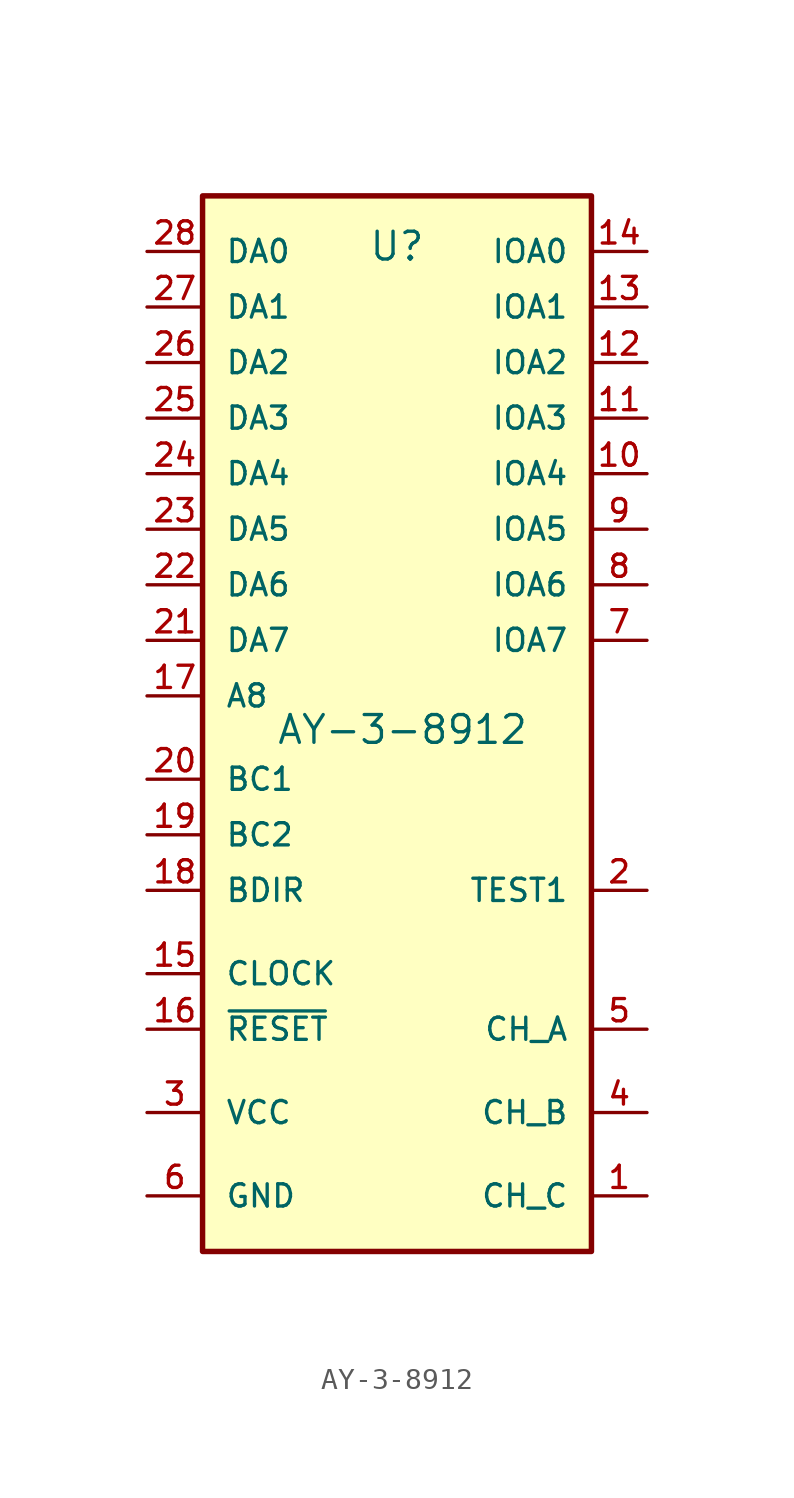
<source format=kicad_sym>
(kicad_symbol_lib
  (version 20241209)
  (generator "kicad_symbol_editor")
  (generator_version "9.0")
  (symbol "AY-3-8912"
    (pin_names
      (offset 1.016))
    (property "Reference" "U"
      (at 0 21.082 0)
      (effects (font (size 1.27 1.27)) (justify bottom)))
    (property "Value" "AY-3-8912"
      (at 0.254 -1.016 0)
      (effects (font (size 1.27 1.27)) (justify bottom)))
    (symbol "AY-3-8912_0_0"
      (rectangle (start -8.89 24.13) (end 8.89 -24.13) (stroke (width 0.25) (type default)) (fill (type background)))
      (pin bidirectional line (at -11.43 21.59 0) (length 2.54) (name "DA0" (effects (font (size 1.016 1.016)))) (number "28" (effects (font (size 1.016 1.016)))))
      (pin bidirectional line (at -11.43 19.05 0) (length 2.54) (name "DA1" (effects (font (size 1.016 1.016)))) (number "27" (effects (font (size 1.016 1.016)))))
      (pin bidirectional line (at -11.43 16.51 0) (length 2.54) (name "DA2" (effects (font (size 1.016 1.016)))) (number "26" (effects (font (size 1.016 1.016)))))
      (pin bidirectional line (at -11.43 13.97 0) (length 2.54) (name "DA3" (effects (font (size 1.016 1.016)))) (number "25" (effects (font (size 1.016 1.016)))))
      (pin bidirectional line (at -11.43 11.43 0) (length 2.54) (name "DA4" (effects (font (size 1.016 1.016)))) (number "24" (effects (font (size 1.016 1.016)))))
      (pin bidirectional line (at -11.43 8.89 0) (length 2.54) (name "DA5" (effects (font (size 1.016 1.016)))) (number "23" (effects (font (size 1.016 1.016)))))
      (pin bidirectional line (at -11.43 6.35 0) (length 2.54) (name "DA6" (effects (font (size 1.016 1.016)))) (number "22" (effects (font (size 1.016 1.016)))))
      (pin bidirectional line (at -11.43 3.81 0) (length 2.54) (name "DA7" (effects (font (size 1.016 1.016)))) (number "21" (effects (font (size 1.016 1.016)))))
      (pin input line (at -11.43 1.27 0) (length 2.54) (name "A8" (effects (font (size 1.016 1.016)))) (number "17" (effects (font (size 1.016 1.016)))))
      (pin input line (at -11.43 -2.54 0) (length 2.54) (name "BC1" (effects (font (size 1.016 1.016)))) (number "20" (effects (font (size 1.016 1.016)))))
      (pin input line (at -11.43 -5.08 0) (length 2.54) (name "BC2" (effects (font (size 1.016 1.016)))) (number "19" (effects (font (size 1.016 1.016)))))
      (pin input line (at -11.43 -7.62 0) (length 2.54) (name "BDIR" (effects (font (size 1.016 1.016)))) (number "18" (effects (font (size 1.016 1.016)))))
      (pin input line (at -11.43 -11.43 0) (length 2.54) (name "CLOCK" (effects (font (size 1.016 1.016)))) (number "15" (effects (font (size 1.016 1.016)))))
      (pin input line (at -11.43 -13.97 0) (length 2.54) (name "~{RESET}" (effects (font (size 1.016 1.016)))) (number "16" (effects (font (size 1.016 1.016)))))
      (pin power_in line (at -11.43 -17.78 0) (length 2.54) (name "VCC" (effects (font (size 1.016 1.016)))) (number "3" (effects (font (size 1.016 1.016)))))
      (pin power_in line (at -11.43 -21.59 0) (length 2.54) (name "GND" (effects (font (size 1.016 1.016)))) (number "6" (effects (font (size 1.016 1.016)))))
      (pin bidirectional line (at 11.43 21.59 180) (length 2.54) (name "IOA0" (effects (font (size 1.016 1.016)))) (number "14" (effects (font (size 1.016 1.016)))))
      (pin bidirectional line (at 11.43 19.05 180) (length 2.54) (name "IOA1" (effects (font (size 1.016 1.016)))) (number "13" (effects (font (size 1.016 1.016)))))
      (pin bidirectional line (at 11.43 16.51 180) (length 2.54) (name "IOA2" (effects (font (size 1.016 1.016)))) (number "12" (effects (font (size 1.016 1.016)))))
      (pin bidirectional line (at 11.43 13.97 180) (length 2.54) (name "IOA3" (effects (font (size 1.016 1.016)))) (number "11" (effects (font (size 1.016 1.016)))))
      (pin bidirectional line (at 11.43 11.43 180) (length 2.54) (name "IOA4" (effects (font (size 1.016 1.016)))) (number "10" (effects (font (size 1.016 1.016)))))
      (pin bidirectional line (at 11.43 8.89 180) (length 2.54) (name "IOA5" (effects (font (size 1.016 1.016)))) (number "9" (effects (font (size 1.016 1.016)))))
      (pin bidirectional line (at 11.43 6.35 180) (length 2.54) (name "IOA6" (effects (font (size 1.016 1.016)))) (number "8" (effects (font (size 1.016 1.016)))))
      (pin bidirectional line (at 11.43 3.81 180) (length 2.54) (name "IOA7" (effects (font (size 1.016 1.016)))) (number "7" (effects (font (size 1.016 1.016)))))
      (pin input line (at 11.43 -7.62 180) (length 2.54) (name "TEST1" (effects (font (size 1.016 1.016)))) (number "2" (effects (font (size 1.016 1.016)))))
      (pin output line (at 11.43 -13.97 180) (length 2.54) (name "CH_A" (effects (font (size 1.016 1.016)))) (number "5" (effects (font (size 1.016 1.016)))))
      (pin output line (at 11.43 -17.78 180) (length 2.54) (name "CH_B" (effects (font (size 1.016 1.016)))) (number "4" (effects (font (size 1.016 1.016)))))
      (pin output line (at 11.43 -21.59 180) (length 2.54) (name "CH_C" (effects (font (size 1.016 1.016)))) (number "1" (effects (font (size 1.016 1.016))))))))
</source>
